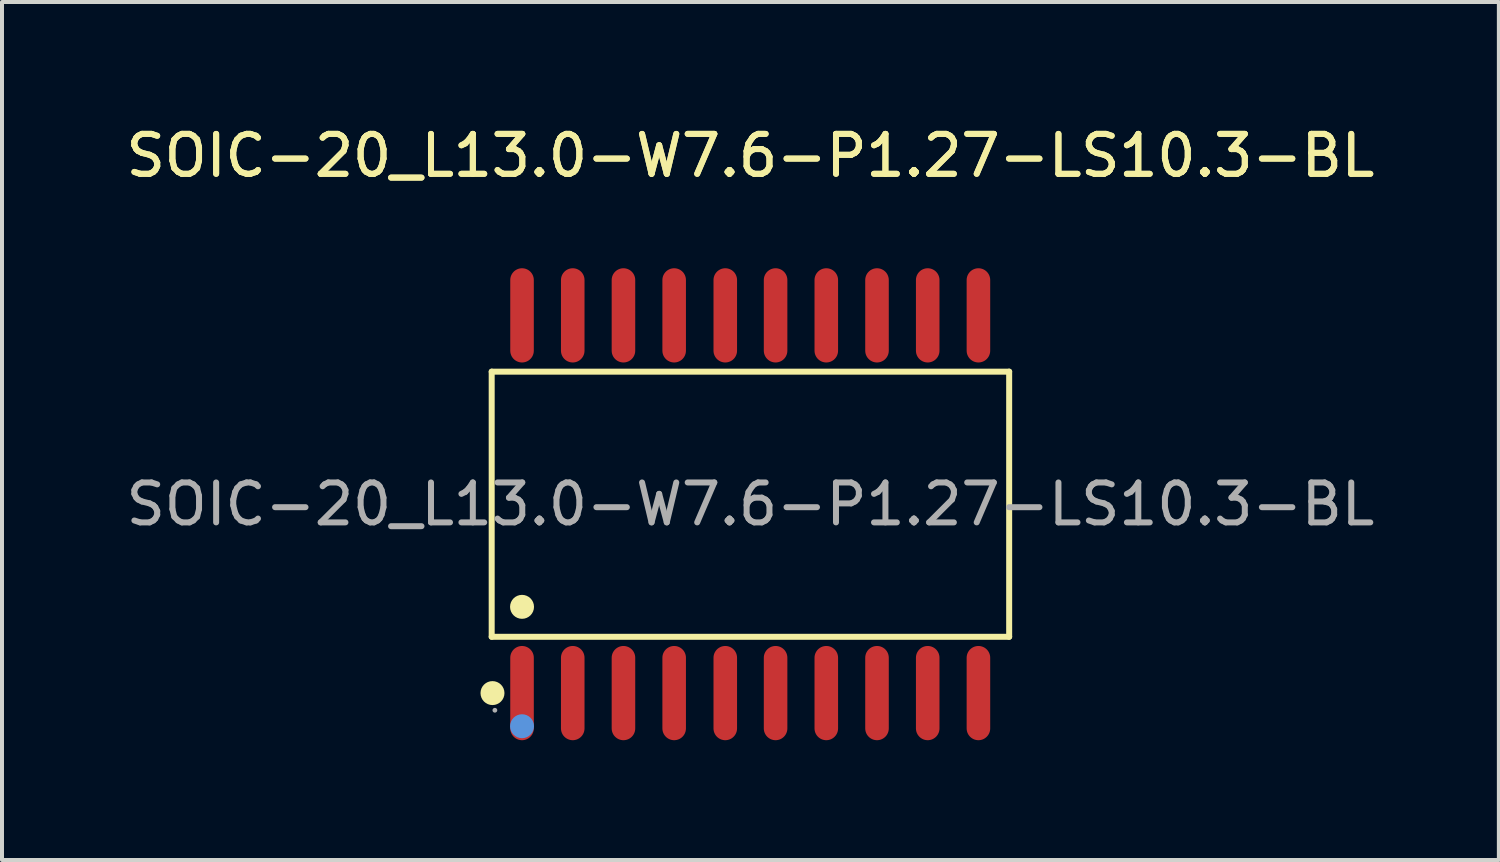
<source format=kicad_pcb>
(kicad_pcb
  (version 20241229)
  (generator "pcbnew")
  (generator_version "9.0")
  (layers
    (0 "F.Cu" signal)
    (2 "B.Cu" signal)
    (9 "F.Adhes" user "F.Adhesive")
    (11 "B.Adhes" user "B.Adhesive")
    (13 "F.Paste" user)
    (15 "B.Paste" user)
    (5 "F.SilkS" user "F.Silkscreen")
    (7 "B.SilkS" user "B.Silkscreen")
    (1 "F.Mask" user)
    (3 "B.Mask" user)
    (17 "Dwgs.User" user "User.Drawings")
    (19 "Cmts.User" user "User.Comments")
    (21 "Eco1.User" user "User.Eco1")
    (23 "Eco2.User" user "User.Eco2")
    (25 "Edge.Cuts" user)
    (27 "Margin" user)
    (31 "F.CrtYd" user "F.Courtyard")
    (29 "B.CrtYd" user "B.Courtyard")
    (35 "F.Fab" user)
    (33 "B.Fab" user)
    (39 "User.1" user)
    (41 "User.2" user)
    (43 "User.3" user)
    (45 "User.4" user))
  (footprint "SOIC-20_L13.0-W7.6-P1.27-LS10.3-BL"
    (layer "F.Cu")
    (at 15.744 9.578)
    (property "Reference" "SOIC-20_L13.0-W7.6-P1.27-LS10.3-BL" (at 0 -8.73 0) (layer "F.SilkS") (effects (font (size 1 1) (thickness 0.15))))
    (attr smd)
    (fp_line (start -6.48 -3.32) (end 6.48 -3.32) (stroke (width 0.15) (type solid)) (layer "F.SilkS"))
    (fp_line (start -6.48 3.32) (end -6.48 -3.32) (stroke (width 0.15) (type solid)) (layer "F.SilkS"))
    (fp_line (start 6.48 -3.32) (end 6.48 3.32) (stroke (width 0.15) (type solid)) (layer "F.SilkS"))
    (fp_line (start 6.48 3.32) (end -6.48 3.32) (stroke (width 0.15) (type solid)) (layer "F.SilkS"))
    (fp_circle (center -6.46 4.73) (end -6.31 4.73) (stroke (width 0.3) (type solid)) (fill no) (layer "F.SilkS"))
    (fp_circle (center -5.72 2.57) (end -5.57 2.57) (stroke (width 0.3) (type solid)) (fill no) (layer "F.SilkS"))
    (fp_circle (center -5.72 5.56) (end -5.57 5.56) (stroke (width 0.3) (type solid)) (fill no) (layer "Cmts.User"))
    (fp_circle (center -6.4 5.16) (end -6.37 5.16) (stroke (width 0.06) (type solid)) (fill no) (layer "F.Fab"))
    (fp_text user "${REFERENCE}" (at 0 -8.73 0) (layer "F.SilkS") (effects (font (size 1 1) (thickness 0.15))))
    (fp_text user "${REFERENCE}" (at 0 0 0) (layer "F.Fab") (effects (font (size 1 1) (thickness 0.15))))
    (pad "1" smd oval (at -5.72 4.73) (size 0.59 2.36) (layers "F.Cu" "F.Mask" "F.Paste"))
    (pad "2" smd oval (at -4.45 4.73) (size 0.59 2.36) (layers "F.Cu" "F.Mask" "F.Paste"))
    (pad "3" smd oval (at -3.18 4.73) (size 0.59 2.36) (layers "F.Cu" "F.Mask" "F.Paste"))
    (pad "4" smd oval (at -1.91 4.73) (size 0.59 2.36) (layers "F.Cu" "F.Mask" "F.Paste"))
    (pad "5" smd oval (at -0.63 4.73) (size 0.59 2.36) (layers "F.Cu" "F.Mask" "F.Paste"))
    (pad "6" smd oval (at 0.63 4.73) (size 0.59 2.36) (layers "F.Cu" "F.Mask" "F.Paste"))
    (pad "7" smd oval (at 1.9 4.73) (size 0.59 2.36) (layers "F.Cu" "F.Mask" "F.Paste"))
    (pad "8" smd oval (at 3.17 4.73) (size 0.59 2.36) (layers "F.Cu" "F.Mask" "F.Paste"))
    (pad "9" smd oval (at 4.44 4.73) (size 0.59 2.36) (layers "F.Cu" "F.Mask" "F.Paste"))
    (pad "10" smd oval (at 5.71 4.73) (size 0.59 2.36) (layers "F.Cu" "F.Mask" "F.Paste"))
    (pad "11" smd oval (at 5.71 -4.73) (size 0.59 2.36) (layers "F.Cu" "F.Mask" "F.Paste"))
    (pad "12" smd oval (at 4.44 -4.73) (size 0.59 2.36) (layers "F.Cu" "F.Mask" "F.Paste"))
    (pad "13" smd oval (at 3.17 -4.73) (size 0.59 2.36) (layers "F.Cu" "F.Mask" "F.Paste"))
    (pad "14" smd oval (at 1.9 -4.73) (size 0.59 2.36) (layers "F.Cu" "F.Mask" "F.Paste"))
    (pad "15" smd oval (at 0.63 -4.73) (size 0.59 2.36) (layers "F.Cu" "F.Mask" "F.Paste"))
    (pad "16" smd oval (at -0.63 -4.73) (size 0.59 2.36) (layers "F.Cu" "F.Mask" "F.Paste"))
    (pad "17" smd oval (at -1.91 -4.73) (size 0.59 2.36) (layers "F.Cu" "F.Mask" "F.Paste"))
    (pad "18" smd oval (at -3.18 -4.73) (size 0.59 2.36) (layers "F.Cu" "F.Mask" "F.Paste"))
    (pad "19" smd oval (at -4.45 -4.73) (size 0.59 2.36) (layers "F.Cu" "F.Mask" "F.Paste"))
    (pad "20" smd oval (at -5.72 -4.73) (size 0.59 2.36) (layers "F.Cu" "F.Mask" "F.Paste")))
  (gr_rect
    (start -3 -3)
    (end 34.488 18.488)
    (stroke (width 0.1) (type default))
    (fill no)
    (layer "Edge.Cuts")))
</source>
